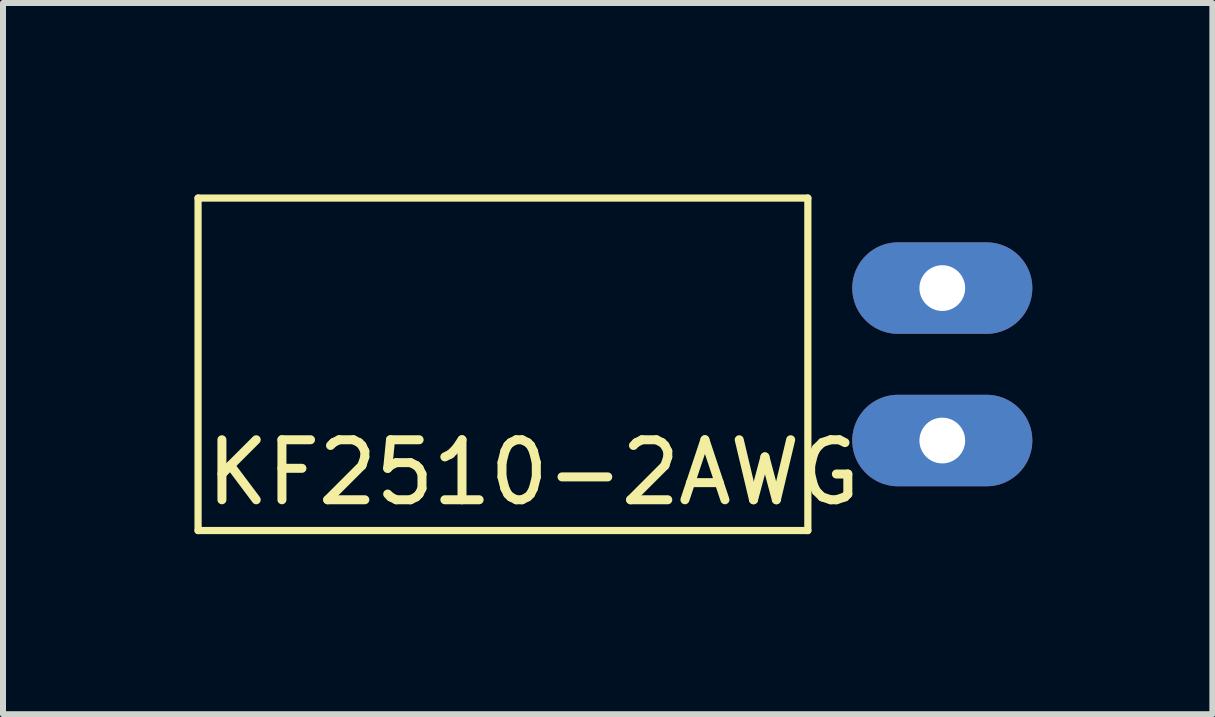
<source format=kicad_pcb>
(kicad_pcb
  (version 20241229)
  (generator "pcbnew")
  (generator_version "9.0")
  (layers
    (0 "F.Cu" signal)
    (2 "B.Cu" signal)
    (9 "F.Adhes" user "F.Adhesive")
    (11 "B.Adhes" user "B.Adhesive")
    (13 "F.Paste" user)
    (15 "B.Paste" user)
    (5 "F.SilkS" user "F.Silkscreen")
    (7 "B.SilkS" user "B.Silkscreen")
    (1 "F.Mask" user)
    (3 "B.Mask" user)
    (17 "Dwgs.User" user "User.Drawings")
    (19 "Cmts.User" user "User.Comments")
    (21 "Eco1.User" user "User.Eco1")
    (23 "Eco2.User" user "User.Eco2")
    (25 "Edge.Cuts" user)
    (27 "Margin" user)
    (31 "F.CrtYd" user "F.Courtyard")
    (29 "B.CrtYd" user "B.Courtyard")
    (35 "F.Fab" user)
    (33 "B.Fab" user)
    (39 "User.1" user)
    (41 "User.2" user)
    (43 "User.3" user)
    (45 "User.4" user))
  (footprint "KF2510-2AWG"
    (layer "F.Cu")
    (at 0.25 0.25)
    (property "Reference" "KF2510-2AWG" (at 5.588 4.572 0) (layer "F.SilkS") (effects (font (size 1 1) (thickness 0.15))))
    (attr through_hole)
    (fp_line (start 0 0) (end 10.16 0) (stroke (width 0.12) (type solid)) (layer "F.SilkS"))
    (fp_line (start 0 5.54) (end 0 0) (stroke (width 0.12) (type solid)) (layer "F.SilkS"))
    (fp_line (start 10.16 0) (end 10.16 5.54) (stroke (width 0.12) (type solid)) (layer "F.SilkS"))
    (fp_line (start 10.16 5.54) (end 0 5.54) (stroke (width 0.12) (type solid)) (layer "F.SilkS"))
    (pad "1" thru_hole oval (at 12.4 1.5) (size 3 1.524) (drill 0.762) (layers "*.Cu" "*.Mask"))
    (pad "2" thru_hole oval (at 12.4 4.04) (size 3 1.524) (drill 0.762) (layers "*.Cu" "*.Mask")))
  (gr_rect
    (start -3 -3)
    (end 17.15 8.85)
    (stroke (width 0.1) (type default))
    (fill no)
    (layer "Edge.Cuts")))
</source>
